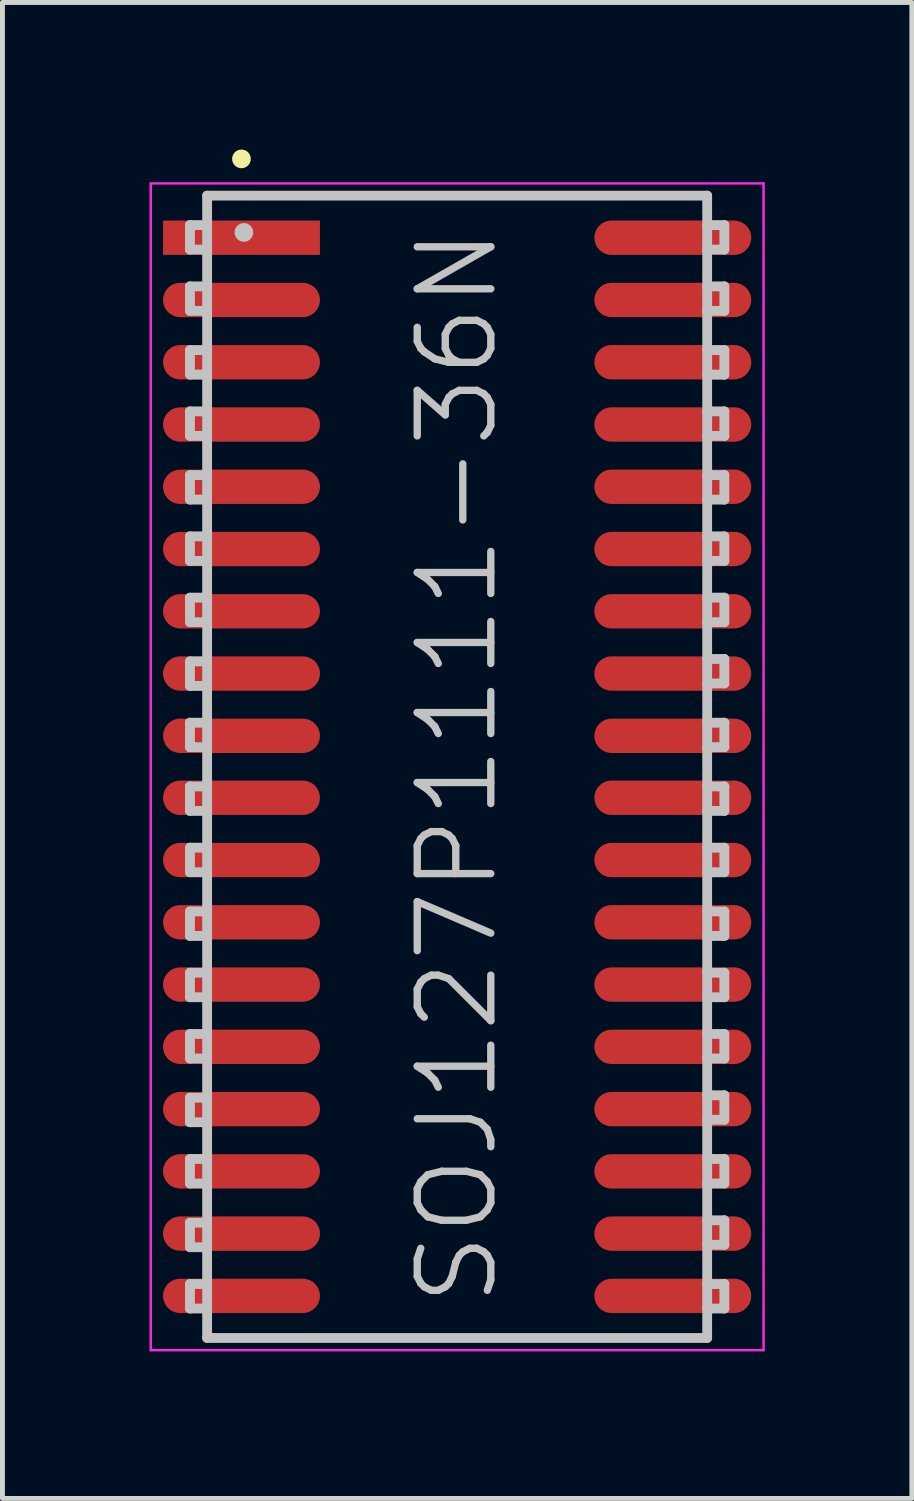
<source format=kicad_pcb>
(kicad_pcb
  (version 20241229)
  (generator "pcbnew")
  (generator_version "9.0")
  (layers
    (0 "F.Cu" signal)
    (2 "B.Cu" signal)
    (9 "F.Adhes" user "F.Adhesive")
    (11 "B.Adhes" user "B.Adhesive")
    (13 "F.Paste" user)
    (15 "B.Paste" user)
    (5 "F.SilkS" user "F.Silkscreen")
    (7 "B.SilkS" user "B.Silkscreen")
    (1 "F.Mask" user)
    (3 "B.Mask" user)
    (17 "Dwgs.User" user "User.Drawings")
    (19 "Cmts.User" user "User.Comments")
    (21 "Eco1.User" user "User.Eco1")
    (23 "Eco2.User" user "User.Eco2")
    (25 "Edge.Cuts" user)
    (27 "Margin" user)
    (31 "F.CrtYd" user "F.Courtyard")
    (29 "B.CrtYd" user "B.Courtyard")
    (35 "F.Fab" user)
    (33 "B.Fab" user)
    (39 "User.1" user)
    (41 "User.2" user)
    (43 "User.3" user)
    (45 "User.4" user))
  (footprint "SOJ127P1111-36N"
    (layer "F.Cu")
    (at 6.275 12.591)
    (property "Reference" "SOJ127P1111-36N" (at 0 0 90) (layer "Dwgs.User") (effects (font (size 1.5 1.5) (thickness 0.15))))
    (attr smd)
    (fp_line (start -4.4 -12.4) (end -4.4 -12.4) (stroke (width 0.381) (type solid)) (layer "F.SilkS"))
    (fp_line (start -5.45 -11.05) (end -5.45 -10.55) (stroke (width 0.2) (type solid)) (layer "Dwgs.User"))
    (fp_line (start -5.45 -10.55) (end -5.1 -10.55) (stroke (width 0.2) (type solid)) (layer "Dwgs.User"))
    (fp_line (start -5.45 -9.8) (end -5.45 -9.3) (stroke (width 0.2) (type solid)) (layer "Dwgs.User"))
    (fp_line (start -5.45 -9.3) (end -5.1 -9.3) (stroke (width 0.2) (type solid)) (layer "Dwgs.User"))
    (fp_line (start -5.45 -8.5) (end -5.45 -8) (stroke (width 0.2) (type solid)) (layer "Dwgs.User"))
    (fp_line (start -5.45 -8) (end -5.1 -8) (stroke (width 0.2) (type solid)) (layer "Dwgs.User"))
    (fp_line (start -5.45 -7.25) (end -5.45 -6.75) (stroke (width 0.2) (type solid)) (layer "Dwgs.User"))
    (fp_line (start -5.45 -6.75) (end -5.1 -6.75) (stroke (width 0.2) (type solid)) (layer "Dwgs.User"))
    (fp_line (start -5.45 -5.95) (end -5.45 -5.45) (stroke (width 0.2) (type solid)) (layer "Dwgs.User"))
    (fp_line (start -5.45 -5.45) (end -5.1 -5.45) (stroke (width 0.2) (type solid)) (layer "Dwgs.User"))
    (fp_line (start -5.45 -4.7) (end -5.45 -4.2) (stroke (width 0.2) (type solid)) (layer "Dwgs.User"))
    (fp_line (start -5.45 -4.2) (end -5.1 -4.2) (stroke (width 0.2) (type solid)) (layer "Dwgs.User"))
    (fp_line (start -5.45 -3.45) (end -5.45 -2.95) (stroke (width 0.2) (type solid)) (layer "Dwgs.User"))
    (fp_line (start -5.45 -2.95) (end -5.1 -2.95) (stroke (width 0.2) (type solid)) (layer "Dwgs.User"))
    (fp_line (start -5.45 -2.15) (end -5.45 -1.65) (stroke (width 0.2) (type solid)) (layer "Dwgs.User"))
    (fp_line (start -5.45 -1.65) (end -5.1 -1.65) (stroke (width 0.2) (type solid)) (layer "Dwgs.User"))
    (fp_line (start -5.45 -0.9) (end -5.45 -0.4) (stroke (width 0.2) (type solid)) (layer "Dwgs.User"))
    (fp_line (start -5.45 -0.4) (end -5.1 -0.4) (stroke (width 0.2) (type solid)) (layer "Dwgs.User"))
    (fp_line (start -5.45 0.4) (end -5.45 0.9) (stroke (width 0.2) (type solid)) (layer "Dwgs.User"))
    (fp_line (start -5.45 0.9) (end -5.1 0.9) (stroke (width 0.2) (type solid)) (layer "Dwgs.User"))
    (fp_line (start -5.45 1.65) (end -5.45 2.15) (stroke (width 0.2) (type solid)) (layer "Dwgs.User"))
    (fp_line (start -5.45 2.15) (end -5.1 2.15) (stroke (width 0.2) (type solid)) (layer "Dwgs.User"))
    (fp_line (start -5.45 2.95) (end -5.45 3.45) (stroke (width 0.2) (type solid)) (layer "Dwgs.User"))
    (fp_line (start -5.45 3.45) (end -5.1 3.45) (stroke (width 0.2) (type solid)) (layer "Dwgs.User"))
    (fp_line (start -5.45 4.2) (end -5.45 4.7) (stroke (width 0.2) (type solid)) (layer "Dwgs.User"))
    (fp_line (start -5.45 4.7) (end -5.1 4.7) (stroke (width 0.2) (type solid)) (layer "Dwgs.User"))
    (fp_line (start -5.45 5.45) (end -5.45 5.95) (stroke (width 0.2) (type solid)) (layer "Dwgs.User"))
    (fp_line (start -5.45 5.95) (end -5.1 5.95) (stroke (width 0.2) (type solid)) (layer "Dwgs.User"))
    (fp_line (start -5.45 6.75) (end -5.45 7.25) (stroke (width 0.2) (type solid)) (layer "Dwgs.User"))
    (fp_line (start -5.45 7.25) (end -5.1 7.25) (stroke (width 0.2) (type solid)) (layer "Dwgs.User"))
    (fp_line (start -5.45 8) (end -5.45 8.5) (stroke (width 0.2) (type solid)) (layer "Dwgs.User"))
    (fp_line (start -5.45 8.5) (end -5.1 8.5) (stroke (width 0.2) (type solid)) (layer "Dwgs.User"))
    (fp_line (start -5.45 9.3) (end -5.45 9.8) (stroke (width 0.2) (type solid)) (layer "Dwgs.User"))
    (fp_line (start -5.45 9.8) (end -5.1 9.8) (stroke (width 0.2) (type solid)) (layer "Dwgs.User"))
    (fp_line (start -5.45 10.55) (end -5.45 11.05) (stroke (width 0.2) (type solid)) (layer "Dwgs.User"))
    (fp_line (start -5.45 11.05) (end -5.1 11.05) (stroke (width 0.2) (type solid)) (layer "Dwgs.User"))
    (fp_line (start -5.1 -11.65) (end -5.1 11.65) (stroke (width 0.2) (type solid)) (layer "Dwgs.User"))
    (fp_line (start -5.1 -11.65) (end 5.1 -11.65) (stroke (width 0.2) (type solid)) (layer "Dwgs.User"))
    (fp_line (start -5.1 -11.05) (end -5.45 -11.05) (stroke (width 0.2) (type solid)) (layer "Dwgs.User"))
    (fp_line (start -5.1 -9.8) (end -5.45 -9.8) (stroke (width 0.2) (type solid)) (layer "Dwgs.User"))
    (fp_line (start -5.1 -8.5) (end -5.45 -8.5) (stroke (width 0.2) (type solid)) (layer "Dwgs.User"))
    (fp_line (start -5.1 -7.25) (end -5.45 -7.25) (stroke (width 0.2) (type solid)) (layer "Dwgs.User"))
    (fp_line (start -5.1 -5.95) (end -5.45 -5.95) (stroke (width 0.2) (type solid)) (layer "Dwgs.User"))
    (fp_line (start -5.1 -4.7) (end -5.45 -4.7) (stroke (width 0.2) (type solid)) (layer "Dwgs.User"))
    (fp_line (start -5.1 -3.45) (end -5.45 -3.45) (stroke (width 0.2) (type solid)) (layer "Dwgs.User"))
    (fp_line (start -5.1 -2.15) (end -5.45 -2.15) (stroke (width 0.2) (type solid)) (layer "Dwgs.User"))
    (fp_line (start -5.1 -0.9) (end -5.45 -0.9) (stroke (width 0.2) (type solid)) (layer "Dwgs.User"))
    (fp_line (start -5.1 0.4) (end -5.45 0.4) (stroke (width 0.2) (type solid)) (layer "Dwgs.User"))
    (fp_line (start -5.1 1.65) (end -5.45 1.65) (stroke (width 0.2) (type solid)) (layer "Dwgs.User"))
    (fp_line (start -5.1 2.95) (end -5.45 2.95) (stroke (width 0.2) (type solid)) (layer "Dwgs.User"))
    (fp_line (start -5.1 4.2) (end -5.45 4.2) (stroke (width 0.2) (type solid)) (layer "Dwgs.User"))
    (fp_line (start -5.1 5.45) (end -5.45 5.45) (stroke (width 0.2) (type solid)) (layer "Dwgs.User"))
    (fp_line (start -5.1 6.75) (end -5.45 6.75) (stroke (width 0.2) (type solid)) (layer "Dwgs.User"))
    (fp_line (start -5.1 8) (end -5.45 8) (stroke (width 0.2) (type solid)) (layer "Dwgs.User"))
    (fp_line (start -5.1 9.3) (end -5.45 9.3) (stroke (width 0.2) (type solid)) (layer "Dwgs.User"))
    (fp_line (start -5.1 10.55) (end -5.45 10.55) (stroke (width 0.2) (type solid)) (layer "Dwgs.User"))
    (fp_line (start -5.1 11.65) (end 5.1 11.65) (stroke (width 0.2) (type solid)) (layer "Dwgs.User"))
    (fp_line (start -4.35 -10.9) (end -4.35 -10.9) (stroke (width 0.381) (type solid)) (layer "Dwgs.User"))
    (fp_line (start 5.1 -11.65) (end 5.1 11.65) (stroke (width 0.2) (type solid)) (layer "Dwgs.User"))
    (fp_line (start 5.1 -11.05) (end 5.45 -11.05) (stroke (width 0.2) (type solid)) (layer "Dwgs.User"))
    (fp_line (start 5.1 -9.8) (end 5.45 -9.8) (stroke (width 0.2) (type solid)) (layer "Dwgs.User"))
    (fp_line (start 5.1 -8.5) (end 5.45 -8.5) (stroke (width 0.2) (type solid)) (layer "Dwgs.User"))
    (fp_line (start 5.1 -7.25) (end 5.45 -7.25) (stroke (width 0.2) (type solid)) (layer "Dwgs.User"))
    (fp_line (start 5.1 -5.95) (end 5.45 -5.95) (stroke (width 0.2) (type solid)) (layer "Dwgs.User"))
    (fp_line (start 5.1 -4.7) (end 5.45 -4.7) (stroke (width 0.2) (type solid)) (layer "Dwgs.User"))
    (fp_line (start 5.1 -3.45) (end 5.45 -3.45) (stroke (width 0.2) (type solid)) (layer "Dwgs.User"))
    (fp_line (start 5.1 -2.2) (end 5.45 -2.2) (stroke (width 0.2) (type solid)) (layer "Dwgs.User"))
    (fp_line (start 5.1 -0.9) (end 5.45 -0.9) (stroke (width 0.2) (type solid)) (layer "Dwgs.User"))
    (fp_line (start 5.1 0.4) (end 5.45 0.4) (stroke (width 0.2) (type solid)) (layer "Dwgs.User"))
    (fp_line (start 5.1 1.65) (end 5.45 1.65) (stroke (width 0.2) (type solid)) (layer "Dwgs.User"))
    (fp_line (start 5.1 2.95) (end 5.45 2.95) (stroke (width 0.2) (type solid)) (layer "Dwgs.User"))
    (fp_line (start 5.1 4.2) (end 5.45 4.2) (stroke (width 0.2) (type solid)) (layer "Dwgs.User"))
    (fp_line (start 5.1 5.45) (end 5.45 5.45) (stroke (width 0.2) (type solid)) (layer "Dwgs.User"))
    (fp_line (start 5.1 6.7) (end 5.45 6.7) (stroke (width 0.2) (type solid)) (layer "Dwgs.User"))
    (fp_line (start 5.1 8) (end 5.45 8) (stroke (width 0.2) (type solid)) (layer "Dwgs.User"))
    (fp_line (start 5.1 9.25) (end 5.45 9.25) (stroke (width 0.2) (type solid)) (layer "Dwgs.User"))
    (fp_line (start 5.1 10.55) (end 5.45 10.55) (stroke (width 0.2) (type solid)) (layer "Dwgs.User"))
    (fp_line (start 5.45 -11.05) (end 5.45 -10.55) (stroke (width 0.2) (type solid)) (layer "Dwgs.User"))
    (fp_line (start 5.45 -10.55) (end 5.1 -10.55) (stroke (width 0.2) (type solid)) (layer "Dwgs.User"))
    (fp_line (start 5.45 -9.8) (end 5.45 -9.3) (stroke (width 0.2) (type solid)) (layer "Dwgs.User"))
    (fp_line (start 5.45 -9.3) (end 5.1 -9.3) (stroke (width 0.2) (type solid)) (layer "Dwgs.User"))
    (fp_line (start 5.45 -8.5) (end 5.45 -8) (stroke (width 0.2) (type solid)) (layer "Dwgs.User"))
    (fp_line (start 5.45 -8) (end 5.1 -8) (stroke (width 0.2) (type solid)) (layer "Dwgs.User"))
    (fp_line (start 5.45 -7.25) (end 5.45 -6.75) (stroke (width 0.2) (type solid)) (layer "Dwgs.User"))
    (fp_line (start 5.45 -6.75) (end 5.1 -6.75) (stroke (width 0.2) (type solid)) (layer "Dwgs.User"))
    (fp_line (start 5.45 -5.95) (end 5.45 -5.45) (stroke (width 0.2) (type solid)) (layer "Dwgs.User"))
    (fp_line (start 5.45 -5.45) (end 5.1 -5.45) (stroke (width 0.2) (type solid)) (layer "Dwgs.User"))
    (fp_line (start 5.45 -4.7) (end 5.45 -4.2) (stroke (width 0.2) (type solid)) (layer "Dwgs.User"))
    (fp_line (start 5.45 -4.2) (end 5.1 -4.2) (stroke (width 0.2) (type solid)) (layer "Dwgs.User"))
    (fp_line (start 5.45 -3.45) (end 5.45 -2.95) (stroke (width 0.2) (type solid)) (layer "Dwgs.User"))
    (fp_line (start 5.45 -2.95) (end 5.1 -2.95) (stroke (width 0.2) (type solid)) (layer "Dwgs.User"))
    (fp_line (start 5.45 -2.2) (end 5.45 -1.7) (stroke (width 0.2) (type solid)) (layer "Dwgs.User"))
    (fp_line (start 5.45 -1.7) (end 5.1 -1.7) (stroke (width 0.2) (type solid)) (layer "Dwgs.User"))
    (fp_line (start 5.45 -0.9) (end 5.45 -0.4) (stroke (width 0.2) (type solid)) (layer "Dwgs.User"))
    (fp_line (start 5.45 -0.4) (end 5.1 -0.4) (stroke (width 0.2) (type solid)) (layer "Dwgs.User"))
    (fp_line (start 5.45 0.4) (end 5.45 0.9) (stroke (width 0.2) (type solid)) (layer "Dwgs.User"))
    (fp_line (start 5.45 0.9) (end 5.1 0.9) (stroke (width 0.2) (type solid)) (layer "Dwgs.User"))
    (fp_line (start 5.45 1.65) (end 5.45 2.15) (stroke (width 0.2) (type solid)) (layer "Dwgs.User"))
    (fp_line (start 5.45 2.15) (end 5.1 2.15) (stroke (width 0.2) (type solid)) (layer "Dwgs.User"))
    (fp_line (start 5.45 2.95) (end 5.45 3.45) (stroke (width 0.2) (type solid)) (layer "Dwgs.User"))
    (fp_line (start 5.45 3.45) (end 5.1 3.45) (stroke (width 0.2) (type solid)) (layer "Dwgs.User"))
    (fp_line (start 5.45 4.2) (end 5.45 4.7) (stroke (width 0.2) (type solid)) (layer "Dwgs.User"))
    (fp_line (start 5.45 4.7) (end 5.1 4.7) (stroke (width 0.2) (type solid)) (layer "Dwgs.User"))
    (fp_line (start 5.45 5.45) (end 5.45 5.95) (stroke (width 0.2) (type solid)) (layer "Dwgs.User"))
    (fp_line (start 5.45 5.95) (end 5.1 5.95) (stroke (width 0.2) (type solid)) (layer "Dwgs.User"))
    (fp_line (start 5.45 6.7) (end 5.45 7.2) (stroke (width 0.2) (type solid)) (layer "Dwgs.User"))
    (fp_line (start 5.45 7.2) (end 5.1 7.2) (stroke (width 0.2) (type solid)) (layer "Dwgs.User"))
    (fp_line (start 5.45 8) (end 5.45 8.5) (stroke (width 0.2) (type solid)) (layer "Dwgs.User"))
    (fp_line (start 5.45 8.5) (end 5.1 8.5) (stroke (width 0.2) (type solid)) (layer "Dwgs.User"))
    (fp_line (start 5.45 9.25) (end 5.45 9.75) (stroke (width 0.2) (type solid)) (layer "Dwgs.User"))
    (fp_line (start 5.45 9.75) (end 5.1 9.75) (stroke (width 0.2) (type solid)) (layer "Dwgs.User"))
    (fp_line (start 5.45 10.55) (end 5.45 11.05) (stroke (width 0.2) (type solid)) (layer "Dwgs.User"))
    (fp_line (start 5.45 11.05) (end 5.1 11.05) (stroke (width 0.2) (type solid)) (layer "Dwgs.User"))
    (fp_line (start -6.25 -11.9) (end -6.25 11.9) (stroke (width 0.05) (type solid)) (layer "F.CrtYd"))
    (fp_line (start -6.25 -11.9) (end 6.25 -11.9) (stroke (width 0.05) (type solid)) (layer "F.CrtYd"))
    (fp_line (start -6.25 11.9) (end 6.25 11.9) (stroke (width 0.05) (type solid)) (layer "F.CrtYd"))
    (fp_line (start 6.25 -11.9) (end 6.25 11.9) (stroke (width 0.05) (type solid)) (layer "F.CrtYd"))
    (pad "1" smd rect (at -4.399 -10.792 90) (size 0.7 3.2) (layers "F.Cu" "F.Mask" "F.Paste"))
    (pad "2" smd oval (at -4.399 -9.522 90) (size 0.7 3.2) (layers "F.Cu" "F.Mask" "F.Paste"))
    (pad "3" smd oval (at -4.399 -8.252 90) (size 0.7 3.2) (layers "F.Cu" "F.Mask" "F.Paste"))
    (pad "4" smd oval (at -4.399 -6.982 90) (size 0.7 3.2) (layers "F.Cu" "F.Mask" "F.Paste"))
    (pad "5" smd oval (at -4.399 -5.712 90) (size 0.7 3.2) (layers "F.Cu" "F.Mask" "F.Paste"))
    (pad "6" smd oval (at -4.399 -4.442 90) (size 0.7 3.2) (layers "F.Cu" "F.Mask" "F.Paste"))
    (pad "7" smd oval (at -4.399 -3.172 90) (size 0.7 3.2) (layers "F.Cu" "F.Mask" "F.Paste"))
    (pad "8" smd oval (at -4.399 -1.902 90) (size 0.7 3.2) (layers "F.Cu" "F.Mask" "F.Paste"))
    (pad "9" smd oval (at -4.399 -0.632 90) (size 0.7 3.2) (layers "F.Cu" "F.Mask" "F.Paste"))
    (pad "10" smd oval (at -4.399 0.632 90) (size 0.7 3.2) (layers "F.Cu" "F.Mask" "F.Paste"))
    (pad "11" smd oval (at -4.399 1.902 90) (size 0.7 3.2) (layers "F.Cu" "F.Mask" "F.Paste"))
    (pad "12" smd oval (at -4.399 3.172 90) (size 0.7 3.2) (layers "F.Cu" "F.Mask" "F.Paste"))
    (pad "13" smd oval (at -4.399 4.442 90) (size 0.7 3.2) (layers "F.Cu" "F.Mask" "F.Paste"))
    (pad "14" smd oval (at -4.399 5.712 90) (size 0.7 3.2) (layers "F.Cu" "F.Mask" "F.Paste"))
    (pad "15" smd oval (at -4.399 6.982 90) (size 0.7 3.2) (layers "F.Cu" "F.Mask" "F.Paste"))
    (pad "16" smd oval (at -4.399 8.252 90) (size 0.7 3.2) (layers "F.Cu" "F.Mask" "F.Paste"))
    (pad "17" smd oval (at -4.399 9.522 90) (size 0.7 3.2) (layers "F.Cu" "F.Mask" "F.Paste"))
    (pad "18" smd oval (at -4.399 10.792 90) (size 0.7 3.2) (layers "F.Cu" "F.Mask" "F.Paste"))
    (pad "19" smd oval (at 4.399 10.792 270) (size 0.7 3.2) (layers "F.Cu" "F.Mask" "F.Paste"))
    (pad "20" smd oval (at 4.399 9.522 270) (size 0.7 3.2) (layers "F.Cu" "F.Mask" "F.Paste"))
    (pad "21" smd oval (at 4.399 8.252 270) (size 0.7 3.2) (layers "F.Cu" "F.Mask" "F.Paste"))
    (pad "22" smd oval (at 4.399 6.982 270) (size 0.7 3.2) (layers "F.Cu" "F.Mask" "F.Paste"))
    (pad "23" smd oval (at 4.399 5.712 270) (size 0.7 3.2) (layers "F.Cu" "F.Mask" "F.Paste"))
    (pad "24" smd oval (at 4.399 4.442 270) (size 0.7 3.2) (layers "F.Cu" "F.Mask" "F.Paste"))
    (pad "25" smd oval (at 4.399 3.172 270) (size 0.7 3.2) (layers "F.Cu" "F.Mask" "F.Paste"))
    (pad "26" smd oval (at 4.399 1.902 270) (size 0.7 3.2) (layers "F.Cu" "F.Mask" "F.Paste"))
    (pad "27" smd oval (at 4.399 0.632 270) (size 0.7 3.2) (layers "F.Cu" "F.Mask" "F.Paste"))
    (pad "28" smd oval (at 4.399 -0.632 270) (size 0.7 3.2) (layers "F.Cu" "F.Mask" "F.Paste"))
    (pad "29" smd oval (at 4.399 -1.902 270) (size 0.7 3.2) (layers "F.Cu" "F.Mask" "F.Paste"))
    (pad "30" smd oval (at 4.399 -3.172 270) (size 0.7 3.2) (layers "F.Cu" "F.Mask" "F.Paste"))
    (pad "31" smd oval (at 4.399 -4.442 270) (size 0.7 3.2) (layers "F.Cu" "F.Mask" "F.Paste"))
    (pad "32" smd oval (at 4.399 -5.712 270) (size 0.7 3.2) (layers "F.Cu" "F.Mask" "F.Paste"))
    (pad "33" smd oval (at 4.399 -6.982 270) (size 0.7 3.2) (layers "F.Cu" "F.Mask" "F.Paste"))
    (pad "34" smd oval (at 4.399 -8.252 270) (size 0.7 3.2) (layers "F.Cu" "F.Mask" "F.Paste"))
    (pad "35" smd oval (at 4.399 -9.522 270) (size 0.7 3.2) (layers "F.Cu" "F.Mask" "F.Paste"))
    (pad "36" smd oval (at 4.399 -10.792 270) (size 0.7 3.2) (layers "F.Cu" "F.Mask" "F.Paste")))
  (gr_rect
    (start -3 -3)
    (end 15.55 27.515)
    (stroke (width 0.1) (type default))
    (fill no)
    (layer "Edge.Cuts")))
</source>
